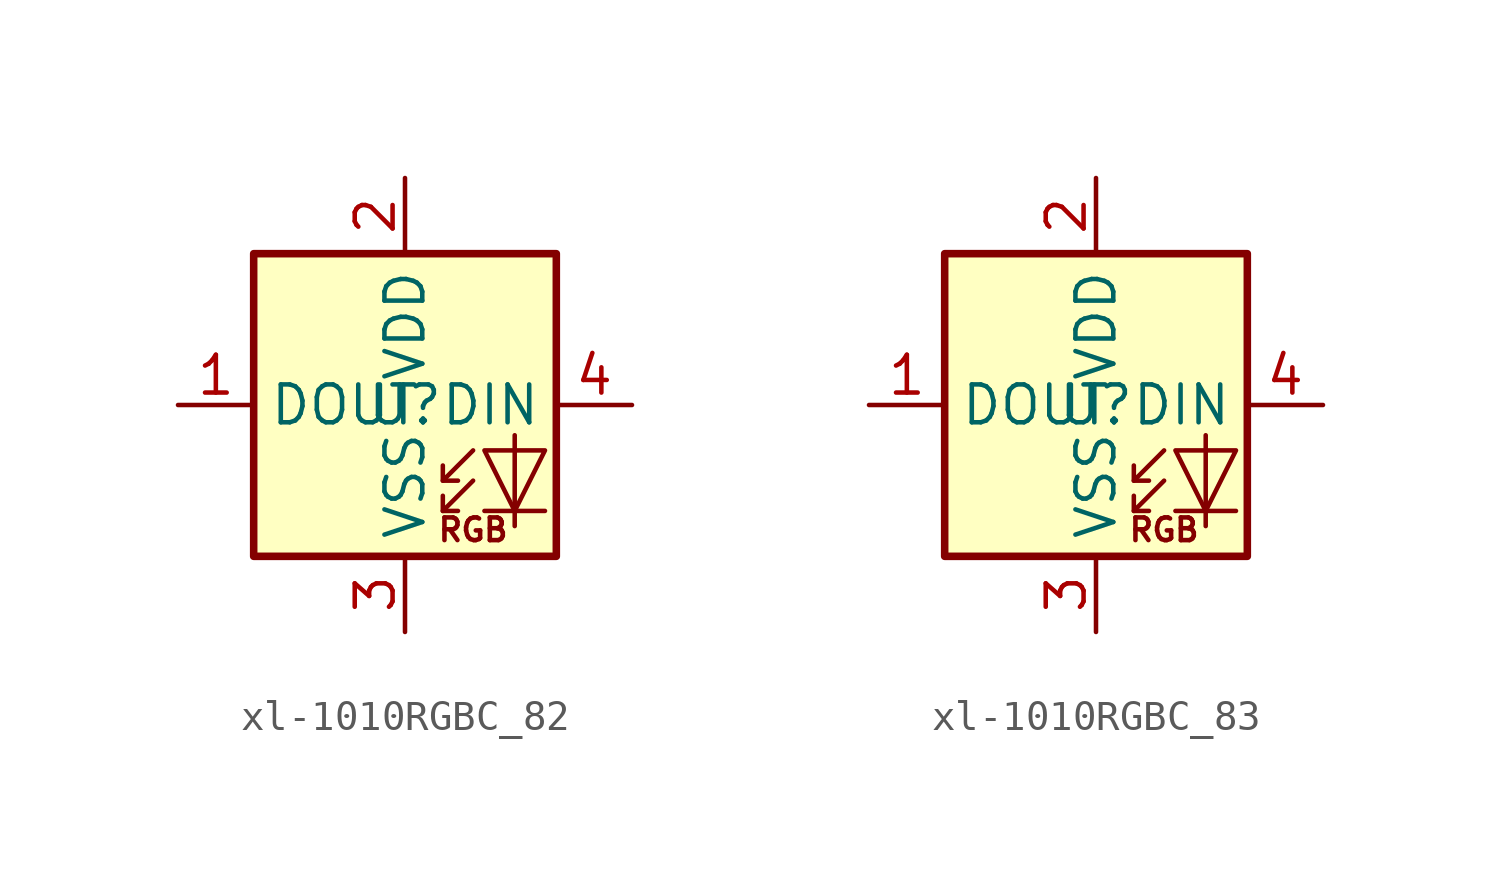
<source format=kicad_sym>
(kicad_symbol_lib
  (version 20231120)
  (generator "kicad_symbol_editor")
  (generator_version "8.0")
  (symbol "xl-1010RGBC_82"
    (property "Reference" "U"
      (at 0 0 0)
      (effects (font (size 1.27 1.27))))
    (property "Value" ""
      (at 0 0 0)
      (effects (font (size 1.27 1.27))))
    (symbol "xl-1010RGBC_82_0_0"
      (text "RGB" (at 2.286 -4.191 0) (effects (font (size 0.762 0.762)))))
    (symbol "xl-1010RGBC_82_0_1"
      (polyline (pts (xy 1.27 -3.556) (xy 1.778 -3.556)) (stroke (width 0) (type default)) (fill (type none)))
      (polyline (pts (xy 1.27 -2.54) (xy 1.778 -2.54)) (stroke (width 0) (type default)) (fill (type none)))
      (polyline (pts (xy 4.699 -3.556) (xy 2.667 -3.556)) (stroke (width 0) (type default)) (fill (type none)))
      (polyline (pts (xy 2.286 -2.54) (xy 1.27 -3.556) (xy 1.27 -3.048)) (stroke (width 0) (type default)) (fill (type none)))
      (polyline (pts (xy 2.286 -1.524) (xy 1.27 -2.54) (xy 1.27 -2.032)) (stroke (width 0) (type default)) (fill (type none)))
      (polyline (pts (xy 3.683 -1.016) (xy 3.683 -3.556) (xy 3.683 -4.064)) (stroke (width 0) (type default)) (fill (type none)))
      (polyline (pts (xy 4.699 -1.524) (xy 2.667 -1.524) (xy 3.683 -3.556) (xy 4.699 -1.524)) (stroke (width 0) (type default)) (fill (type none)))
      (rectangle (start 5.08 5.08) (end -5.08 -5.08) (stroke (width 0.254) (type default)) (fill (type background))))
    (symbol "xl-1010RGBC_82_1_1"
      (pin output line (at -7.62 0 0) (length 2.54) (name "DOUT" (effects (font (size 1.27 1.27)))) (number "1" (effects (font (size 1.27 1.27)))))
      (pin power_in line (at 0 7.62 270) (length 2.54) (name "VDD" (effects (font (size 1.27 1.27)))) (number "2" (effects (font (size 1.27 1.27)))))
      (pin power_in line (at 0 -7.62 90) (length 2.54) (name "VSS" (effects (font (size 1.27 1.27)))) (number "3" (effects (font (size 1.27 1.27)))))
      (pin input line (at 7.62 0 180) (length 2.54) (name "DIN" (effects (font (size 1.27 1.27)))) (number "4" (effects (font (size 1.27 1.27)))))))
  (symbol "xl-1010RGBC_83"
    (property "Reference" "U"
      (at 0 0 0)
      (effects (font (size 1.27 1.27))))
    (property "Value" ""
      (at 0 0 0)
      (effects (font (size 1.27 1.27))))
    (symbol "xl-1010RGBC_83_0_0"
      (text "RGB" (at 2.286 -4.191 0) (effects (font (size 0.762 0.762)))))
    (symbol "xl-1010RGBC_83_0_1"
      (polyline (pts (xy 1.27 -3.556) (xy 1.778 -3.556)) (stroke (width 0) (type default)) (fill (type none)))
      (polyline (pts (xy 1.27 -2.54) (xy 1.778 -2.54)) (stroke (width 0) (type default)) (fill (type none)))
      (polyline (pts (xy 4.699 -3.556) (xy 2.667 -3.556)) (stroke (width 0) (type default)) (fill (type none)))
      (polyline (pts (xy 2.286 -2.54) (xy 1.27 -3.556) (xy 1.27 -3.048)) (stroke (width 0) (type default)) (fill (type none)))
      (polyline (pts (xy 2.286 -1.524) (xy 1.27 -2.54) (xy 1.27 -2.032)) (stroke (width 0) (type default)) (fill (type none)))
      (polyline (pts (xy 3.683 -1.016) (xy 3.683 -3.556) (xy 3.683 -4.064)) (stroke (width 0) (type default)) (fill (type none)))
      (polyline (pts (xy 4.699 -1.524) (xy 2.667 -1.524) (xy 3.683 -3.556) (xy 4.699 -1.524)) (stroke (width 0) (type default)) (fill (type none)))
      (rectangle (start 5.08 5.08) (end -5.08 -5.08) (stroke (width 0.254) (type default)) (fill (type background))))
    (symbol "xl-1010RGBC_83_1_1"
      (pin output line (at -7.62 0 0) (length 2.54) (name "DOUT" (effects (font (size 1.27 1.27)))) (number "1" (effects (font (size 1.27 1.27)))))
      (pin power_in line (at 0 7.62 270) (length 2.54) (name "VDD" (effects (font (size 1.27 1.27)))) (number "2" (effects (font (size 1.27 1.27)))))
      (pin power_in line (at 0 -7.62 90) (length 2.54) (name "VSS" (effects (font (size 1.27 1.27)))) (number "3" (effects (font (size 1.27 1.27)))))
      (pin input line (at 7.62 0 180) (length 2.54) (name "DIN" (effects (font (size 1.27 1.27)))) (number "4" (effects (font (size 1.27 1.27))))))))
</source>
